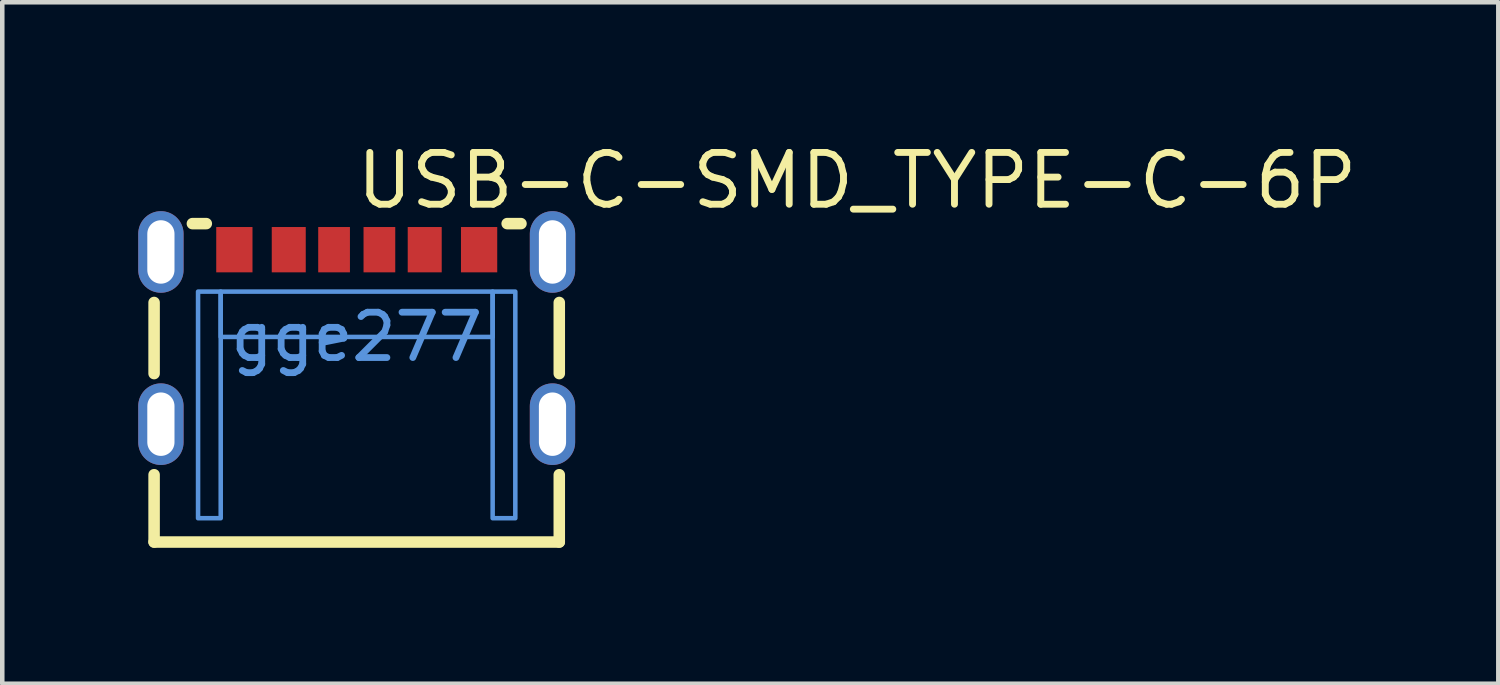
<source format=kicad_pcb>
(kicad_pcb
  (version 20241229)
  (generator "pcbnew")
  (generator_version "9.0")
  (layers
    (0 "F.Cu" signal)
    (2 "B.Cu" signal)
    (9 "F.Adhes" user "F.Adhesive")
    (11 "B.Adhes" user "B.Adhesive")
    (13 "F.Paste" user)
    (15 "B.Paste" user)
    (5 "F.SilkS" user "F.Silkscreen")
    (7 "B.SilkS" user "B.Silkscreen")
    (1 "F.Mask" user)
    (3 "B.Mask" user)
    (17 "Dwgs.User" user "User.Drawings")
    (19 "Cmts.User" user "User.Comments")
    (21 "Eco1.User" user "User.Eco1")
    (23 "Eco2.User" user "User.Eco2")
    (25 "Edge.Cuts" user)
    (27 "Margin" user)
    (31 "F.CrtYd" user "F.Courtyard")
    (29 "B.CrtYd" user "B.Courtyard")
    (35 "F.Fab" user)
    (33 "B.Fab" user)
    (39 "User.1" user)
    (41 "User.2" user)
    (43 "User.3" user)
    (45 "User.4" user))
  (footprint "USB-C-SMD_TYPE-C-6P"
    (layer "F.Cu")
    (at 4.82 4.384)
    (property "Reference" "USB-C-SMD_TYPE-C-6P" (at -0.082 -3.449 0) (layer "F.SilkS") (effects (font (size 1.143 1.143) (thickness 0.152)) (justify left)))
    (attr smd)
    (fp_line (start -4.47 0.809) (end -4.47 -0.76) (stroke (width 0.254) (type solid)) (layer "F.SilkS"))
    (fp_line (start -4.47 4.525) (end -4.47 3.04) (stroke (width 0.254) (type solid)) (layer "F.SilkS"))
    (fp_line (start -3.625 -2.5) (end -3.318 -2.5) (stroke (width 0.254) (type solid)) (layer "F.SilkS"))
    (fp_line (start 3.32 -2.5) (end 3.625 -2.5) (stroke (width 0.254) (type solid)) (layer "F.SilkS"))
    (fp_line (start 4.47 0.809) (end 4.47 -0.76) (stroke (width 0.254) (type solid)) (layer "F.SilkS"))
    (fp_line (start 4.47 4.525) (end -4.47 4.525) (stroke (width 0.254) (type solid)) (layer "F.SilkS"))
    (fp_line (start 4.47 4.525) (end 4.47 3.04) (stroke (width 0.254) (type solid)) (layer "F.SilkS"))
    (fp_poly (pts (xy -2.299 -1.425) (xy -2.299 -2.425) (xy -3.099 -2.425) (xy -3.099 -1.425)) (stroke (width 0) (type solid)) (fill yes) (layer "F.Paste"))
    (fp_poly (pts (xy -1.124 -1.425) (xy -1.124 -2.425) (xy -1.874 -2.425) (xy -1.874 -1.425)) (stroke (width 0) (type solid)) (fill yes) (layer "F.Paste"))
    (fp_poly (pts (xy -0.849 -2.425) (xy -0.849 -1.425) (xy -0.149 -1.425) (xy -0.149 -2.425)) (stroke (width 0) (type solid)) (fill yes) (layer "F.Paste"))
    (fp_poly (pts (xy 0.851 -1.425) (xy 0.851 -2.425) (xy 0.151 -2.425) (xy 0.151 -1.425)) (stroke (width 0) (type solid)) (fill yes) (layer "F.Paste"))
    (fp_poly (pts (xy 1.126 -2.425) (xy 1.126 -1.425) (xy 1.876 -1.425) (xy 1.876 -2.425)) (stroke (width 0) (type solid)) (fill yes) (layer "F.Paste"))
    (fp_poly (pts (xy 2.301 -2.425) (xy 2.301 -1.425) (xy 3.101 -1.425) (xy 3.101 -2.425)) (stroke (width 0) (type solid)) (fill yes) (layer "F.Paste"))
    (fp_poly (pts (xy -4.333 -2.775) (xy -4.357 -2.774) (xy -4.382 -2.771) (xy -4.407 -2.767) (xy -4.431 -2.762) (xy -4.455 -2.756) (xy -4.479 -2.749) (xy -4.503 -2.74) (xy -4.526 -2.731) (xy -4.548 -2.72) (xy -4.57 -2.708) (xy -4.591 -2.695) (xy -4.612 -2.681) (xy -4.632 -2.666) (xy -4.651 -2.65) (xy -4.669 -2.633) (xy -4.687 -2.615) (xy -4.703 -2.596) (xy -4.719 -2.577) (xy -4.733 -2.557) (xy -4.747 -2.536) (xy -4.759 -2.514) (xy -4.771 -2.492) (xy -4.781 -2.469) (xy -4.79 -2.446) (xy -4.798 -2.422) (xy -4.805 -2.398) (xy -4.81 -2.374) (xy -4.814 -2.35) (xy -4.818 -2.325) (xy -4.819 -2.3) (xy -4.82 -2.275) (xy -4.82 -1.475) (xy -4.819 -1.45) (xy -4.818 -1.425) (xy -4.814 -1.401) (xy -4.81 -1.376) (xy -4.805 -1.352) (xy -4.798 -1.328) (xy -4.79 -1.304) (xy -4.781 -1.281) (xy -4.771 -1.258) (xy -4.759 -1.236) (xy -4.747 -1.214) (xy -4.733 -1.193) (xy -4.719 -1.173) (xy -4.703 -1.154) (xy -4.687 -1.135) (xy -4.669 -1.117) (xy -4.651 -1.1) (xy -4.632 -1.084) (xy -4.612 -1.069) (xy -4.591 -1.055) (xy -4.57 -1.042) (xy -4.548 -1.03) (xy -4.526 -1.019) (xy -4.503 -1.01) (xy -4.479 -1.001) (xy -4.455 -0.994) (xy -4.431 -0.988) (xy -4.407 -0.983) (xy -4.382 -0.979) (xy -4.357 -0.976) (xy -4.333 -0.975) (xy -4.308 -0.975) (xy -4.283 -0.976) (xy -4.258 -0.979) (xy -4.233 -0.983) (xy -4.209 -0.988) (xy -4.185 -0.994) (xy -4.161 -1.001) (xy -4.137 -1.01) (xy -4.114 -1.019) (xy -4.092 -1.03) (xy -4.07 -1.042) (xy -4.049 -1.055) (xy -4.028 -1.069) (xy -4.008 -1.084) (xy -3.989 -1.1) (xy -3.971 -1.117) (xy -3.954 -1.135) (xy -3.937 -1.154) (xy -3.921 -1.173) (xy -3.907 -1.193) (xy -3.893 -1.214) (xy -3.881 -1.236) (xy -3.87 -1.258) (xy -3.859 -1.281) (xy -3.85 -1.304) (xy -3.842 -1.328) (xy -3.836 -1.352) (xy -3.83 -1.376) (xy -3.826 -1.401) (xy -3.823 -1.425) (xy -3.821 -1.45) (xy -3.82 -1.475) (xy -3.82 -2.275) (xy -3.821 -2.3) (xy -3.823 -2.325) (xy -3.826 -2.35) (xy -3.83 -2.374) (xy -3.836 -2.398) (xy -3.842 -2.422) (xy -3.85 -2.446) (xy -3.859 -2.469) (xy -3.87 -2.492) (xy -3.881 -2.514) (xy -3.893 -2.536) (xy -3.907 -2.557) (xy -3.921 -2.577) (xy -3.937 -2.596) (xy -3.954 -2.615) (xy -3.971 -2.633) (xy -3.989 -2.65) (xy -4.008 -2.666) (xy -4.028 -2.681) (xy -4.049 -2.695) (xy -4.07 -2.708) (xy -4.092 -2.72) (xy -4.114 -2.731) (xy -4.137 -2.74) (xy -4.161 -2.749) (xy -4.185 -2.756) (xy -4.209 -2.762) (xy -4.233 -2.767) (xy -4.258 -2.771) (xy -4.283 -2.774) (xy -4.308 -2.775)) (stroke (width 0) (type solid)) (fill yes) (layer "F.Paste"))
    (fp_poly (pts (xy -4.333 1.025) (xy -4.357 1.026) (xy -4.382 1.029) (xy -4.407 1.033) (xy -4.431 1.038) (xy -4.455 1.044) (xy -4.479 1.051) (xy -4.503 1.06) (xy -4.526 1.069) (xy -4.548 1.08) (xy -4.57 1.092) (xy -4.591 1.105) (xy -4.612 1.119) (xy -4.632 1.134) (xy -4.651 1.15) (xy -4.669 1.167) (xy -4.687 1.185) (xy -4.703 1.204) (xy -4.719 1.223) (xy -4.733 1.243) (xy -4.747 1.264) (xy -4.759 1.286) (xy -4.771 1.308) (xy -4.781 1.331) (xy -4.79 1.354) (xy -4.798 1.378) (xy -4.805 1.402) (xy -4.81 1.426) (xy -4.814 1.451) (xy -4.818 1.475) (xy -4.819 1.5) (xy -4.82 1.525) (xy -4.82 2.325) (xy -4.819 2.35) (xy -4.818 2.375) (xy -4.814 2.4) (xy -4.81 2.424) (xy -4.805 2.448) (xy -4.798 2.472) (xy -4.79 2.496) (xy -4.781 2.519) (xy -4.771 2.542) (xy -4.759 2.564) (xy -4.747 2.586) (xy -4.733 2.607) (xy -4.719 2.627) (xy -4.703 2.646) (xy -4.687 2.665) (xy -4.669 2.683) (xy -4.651 2.7) (xy -4.632 2.716) (xy -4.612 2.731) (xy -4.591 2.745) (xy -4.57 2.758) (xy -4.548 2.77) (xy -4.526 2.781) (xy -4.503 2.79) (xy -4.479 2.799) (xy -4.455 2.806) (xy -4.431 2.813) (xy -4.407 2.817) (xy -4.382 2.821) (xy -4.357 2.824) (xy -4.333 2.825) (xy -4.308 2.825) (xy -4.283 2.824) (xy -4.258 2.821) (xy -4.233 2.817) (xy -4.209 2.813) (xy -4.185 2.806) (xy -4.161 2.799) (xy -4.137 2.79) (xy -4.114 2.781) (xy -4.092 2.77) (xy -4.07 2.758) (xy -4.049 2.745) (xy -4.028 2.731) (xy -4.008 2.716) (xy -3.989 2.7) (xy -3.971 2.683) (xy -3.954 2.665) (xy -3.937 2.646) (xy -3.921 2.627) (xy -3.907 2.607) (xy -3.893 2.586) (xy -3.881 2.564) (xy -3.87 2.542) (xy -3.859 2.519) (xy -3.85 2.496) (xy -3.842 2.472) (xy -3.836 2.448) (xy -3.83 2.424) (xy -3.826 2.4) (xy -3.823 2.375) (xy -3.821 2.35) (xy -3.82 2.325) (xy -3.82 1.525) (xy -3.821 1.5) (xy -3.823 1.475) (xy -3.826 1.451) (xy -3.83 1.426) (xy -3.836 1.402) (xy -3.842 1.378) (xy -3.85 1.354) (xy -3.859 1.331) (xy -3.87 1.308) (xy -3.881 1.286) (xy -3.893 1.264) (xy -3.907 1.243) (xy -3.921 1.223) (xy -3.937 1.204) (xy -3.954 1.185) (xy -3.971 1.167) (xy -3.989 1.15) (xy -4.008 1.134) (xy -4.028 1.119) (xy -4.049 1.105) (xy -4.07 1.092) (xy -4.092 1.08) (xy -4.114 1.069) (xy -4.137 1.06) (xy -4.161 1.051) (xy -4.185 1.044) (xy -4.209 1.038) (xy -4.233 1.033) (xy -4.258 1.029) (xy -4.283 1.026) (xy -4.308 1.025)) (stroke (width 0) (type solid)) (fill yes) (layer "F.Paste"))
    (fp_poly (pts (xy 4.308 -2.775) (xy 4.283 -2.774) (xy 4.258 -2.771) (xy 4.233 -2.767) (xy 4.209 -2.762) (xy 4.185 -2.756) (xy 4.161 -2.749) (xy 4.137 -2.74) (xy 4.114 -2.731) (xy 4.092 -2.72) (xy 4.07 -2.708) (xy 4.049 -2.695) (xy 4.028 -2.681) (xy 4.008 -2.666) (xy 3.989 -2.65) (xy 3.971 -2.633) (xy 3.954 -2.615) (xy 3.937 -2.596) (xy 3.921 -2.577) (xy 3.907 -2.557) (xy 3.893 -2.536) (xy 3.881 -2.514) (xy 3.87 -2.492) (xy 3.859 -2.469) (xy 3.85 -2.446) (xy 3.842 -2.422) (xy 3.836 -2.398) (xy 3.83 -2.374) (xy 3.826 -2.35) (xy 3.823 -2.325) (xy 3.821 -2.3) (xy 3.82 -2.275) (xy 3.82 -1.475) (xy 3.821 -1.45) (xy 3.823 -1.425) (xy 3.826 -1.401) (xy 3.83 -1.376) (xy 3.836 -1.352) (xy 3.842 -1.328) (xy 3.85 -1.304) (xy 3.859 -1.281) (xy 3.87 -1.258) (xy 3.881 -1.236) (xy 3.893 -1.214) (xy 3.907 -1.193) (xy 3.921 -1.173) (xy 3.937 -1.154) (xy 3.954 -1.135) (xy 3.971 -1.117) (xy 3.989 -1.1) (xy 4.008 -1.084) (xy 4.028 -1.069) (xy 4.049 -1.055) (xy 4.07 -1.042) (xy 4.092 -1.03) (xy 4.114 -1.019) (xy 4.137 -1.01) (xy 4.161 -1.001) (xy 4.185 -0.994) (xy 4.209 -0.988) (xy 4.233 -0.983) (xy 4.258 -0.979) (xy 4.283 -0.976) (xy 4.308 -0.975) (xy 4.333 -0.975) (xy 4.357 -0.976) (xy 4.382 -0.979) (xy 4.407 -0.983) (xy 4.431 -0.988) (xy 4.455 -0.994) (xy 4.479 -1.001) (xy 4.503 -1.01) (xy 4.526 -1.019) (xy 4.548 -1.03) (xy 4.57 -1.042) (xy 4.591 -1.055) (xy 4.612 -1.069) (xy 4.632 -1.084) (xy 4.651 -1.1) (xy 4.669 -1.117) (xy 4.687 -1.135) (xy 4.703 -1.154) (xy 4.719 -1.173) (xy 4.733 -1.193) (xy 4.747 -1.214) (xy 4.759 -1.236) (xy 4.771 -1.258) (xy 4.781 -1.281) (xy 4.79 -1.304) (xy 4.798 -1.328) (xy 4.805 -1.352) (xy 4.81 -1.376) (xy 4.814 -1.401) (xy 4.818 -1.425) (xy 4.819 -1.45) (xy 4.82 -1.475) (xy 4.82 -2.275) (xy 4.819 -2.3) (xy 4.818 -2.325) (xy 4.814 -2.35) (xy 4.81 -2.374) (xy 4.805 -2.398) (xy 4.798 -2.422) (xy 4.79 -2.446) (xy 4.781 -2.469) (xy 4.771 -2.492) (xy 4.759 -2.514) (xy 4.747 -2.536) (xy 4.733 -2.557) (xy 4.719 -2.577) (xy 4.703 -2.596) (xy 4.687 -2.615) (xy 4.669 -2.633) (xy 4.651 -2.65) (xy 4.632 -2.666) (xy 4.612 -2.681) (xy 4.591 -2.695) (xy 4.57 -2.708) (xy 4.548 -2.72) (xy 4.526 -2.731) (xy 4.503 -2.74) (xy 4.479 -2.749) (xy 4.455 -2.756) (xy 4.431 -2.762) (xy 4.407 -2.767) (xy 4.382 -2.771) (xy 4.357 -2.774) (xy 4.333 -2.775)) (stroke (width 0) (type solid)) (fill yes) (layer "F.Paste"))
    (fp_poly (pts (xy 4.357 1.026) (xy 4.333 1.025) (xy 4.308 1.025) (xy 4.283 1.026) (xy 4.258 1.029) (xy 4.233 1.033) (xy 4.209 1.038) (xy 4.185 1.044) (xy 4.161 1.051) (xy 4.137 1.06) (xy 4.114 1.069) (xy 4.092 1.08) (xy 4.07 1.092) (xy 4.049 1.105) (xy 4.028 1.119) (xy 4.008 1.134) (xy 3.989 1.15) (xy 3.971 1.167) (xy 3.954 1.185) (xy 3.937 1.204) (xy 3.921 1.223) (xy 3.907 1.243) (xy 3.893 1.264) (xy 3.881 1.286) (xy 3.87 1.308) (xy 3.859 1.331) (xy 3.85 1.354) (xy 3.842 1.378) (xy 3.836 1.402) (xy 3.83 1.426) (xy 3.826 1.451) (xy 3.823 1.475) (xy 3.821 1.5) (xy 3.82 1.525) (xy 3.82 2.325) (xy 3.821 2.35) (xy 3.823 2.375) (xy 3.826 2.4) (xy 3.83 2.424) (xy 3.836 2.448) (xy 3.842 2.472) (xy 3.85 2.496) (xy 3.859 2.519) (xy 3.87 2.542) (xy 3.881 2.564) (xy 3.893 2.586) (xy 3.907 2.607) (xy 3.921 2.627) (xy 3.937 2.646) (xy 3.954 2.665) (xy 3.971 2.683) (xy 3.989 2.7) (xy 4.008 2.716) (xy 4.028 2.731) (xy 4.049 2.745) (xy 4.07 2.758) (xy 4.092 2.77) (xy 4.114 2.781) (xy 4.137 2.79) (xy 4.161 2.799) (xy 4.185 2.806) (xy 4.209 2.813) (xy 4.233 2.817) (xy 4.258 2.821) (xy 4.283 2.824) (xy 4.308 2.825) (xy 4.333 2.825) (xy 4.357 2.824) (xy 4.382 2.821) (xy 4.407 2.817) (xy 4.431 2.813) (xy 4.455 2.806) (xy 4.479 2.799) (xy 4.503 2.79) (xy 4.526 2.781) (xy 4.548 2.77) (xy 4.57 2.758) (xy 4.591 2.745) (xy 4.612 2.731) (xy 4.632 2.716) (xy 4.651 2.7) (xy 4.669 2.683) (xy 4.687 2.665) (xy 4.703 2.646) (xy 4.719 2.627) (xy 4.733 2.607) (xy 4.747 2.586) (xy 4.759 2.564) (xy 4.771 2.542) (xy 4.781 2.519) (xy 4.79 2.496) (xy 4.798 2.472) (xy 4.805 2.448) (xy 4.81 2.424) (xy 4.814 2.4) (xy 4.818 2.375) (xy 4.819 2.35) (xy 4.82 2.325) (xy 4.82 1.525) (xy 4.819 1.5) (xy 4.818 1.475) (xy 4.814 1.451) (xy 4.81 1.426) (xy 4.805 1.402) (xy 4.798 1.378) (xy 4.79 1.354) (xy 4.781 1.331) (xy 4.771 1.308) (xy 4.759 1.286) (xy 4.747 1.264) (xy 4.733 1.243) (xy 4.719 1.223) (xy 4.703 1.204) (xy 4.687 1.185) (xy 4.669 1.167) (xy 4.651 1.15) (xy 4.632 1.134) (xy 4.612 1.119) (xy 4.591 1.105) (xy 4.57 1.092) (xy 4.548 1.08) (xy 4.526 1.069) (xy 4.503 1.06) (xy 4.479 1.051) (xy 4.455 1.044) (xy 4.431 1.038) (xy 4.407 1.033) (xy 4.382 1.029)) (stroke (width 0) (type solid)) (fill yes) (layer "F.Paste"))
    (fp_poly (pts (xy -3.5 4) (xy -3.5 -1) (xy -3 -1) (xy -3 4)) (stroke (width 0.1) (type solid)) (fill no) (layer "Cmts.User"))
    (fp_poly (pts (xy -3 -1) (xy 3 -1) (xy 3 0) (xy -3 0)) (stroke (width 0.1) (type solid)) (fill no) (layer "Cmts.User"))
    (fp_poly (pts (xy 3.5 4) (xy 3 4) (xy 3 -1) (xy 3.5 -1)) (stroke (width 0.1) (type solid)) (fill no) (layer "Cmts.User"))
    (fp_text user "gge277" (at 0 0 0) (layer "Cmts.User") (effects (font (size 1 1) (thickness 0.15))))
    (pad "A5" smd rect (at -0.499 -1.925) (size 0.7 1) (layers "F.Cu" "F.Mask" "F.Paste"))
    (pad "A9" smd rect (at 1.501 -1.925) (size 0.75 1) (layers "F.Cu" "F.Mask" "F.Paste"))
    (pad "A12" smd rect (at 2.701 -1.925) (size 0.8 1) (layers "F.Cu" "F.Mask" "F.Paste"))
    (pad "B5" smd rect (at 0.501 -1.925) (size 0.7 1) (layers "F.Cu" "F.Mask" "F.Paste"))
    (pad "B9" smd rect (at -1.499 -1.925) (size 0.75 1) (layers "F.Cu" "F.Mask" "F.Paste"))
    (pad "B12" smd rect (at -2.699 -1.925) (size 0.8 1) (layers "F.Cu" "F.Mask" "F.Paste"))
    (pad "S1" thru_hole oval (at -4.32 -1.875) (size 1 1.8) (drill oval 0.6 1.4) (layers "*.Cu" "*.Paste" "*.Mask"))
    (pad "S1" thru_hole oval (at -4.32 1.925) (size 1 1.8) (drill oval 0.6 1.4) (layers "*.Cu" "*.Paste" "*.Mask"))
    (pad "S1" thru_hole oval (at 4.32 -1.875) (size 1 1.8) (drill oval 0.6 1.4) (layers "*.Cu" "*.Paste" "*.Mask"))
    (pad "S1" thru_hole oval (at 4.32 1.925) (size 1 1.8) (drill oval 0.6 1.4) (layers "*.Cu" "*.Paste" "*.Mask")))
  (gr_rect
    (start -3 -3)
    (end 30.009 12.036)
    (stroke (width 0.1) (type default))
    (fill no)
    (layer "Edge.Cuts")))
</source>
